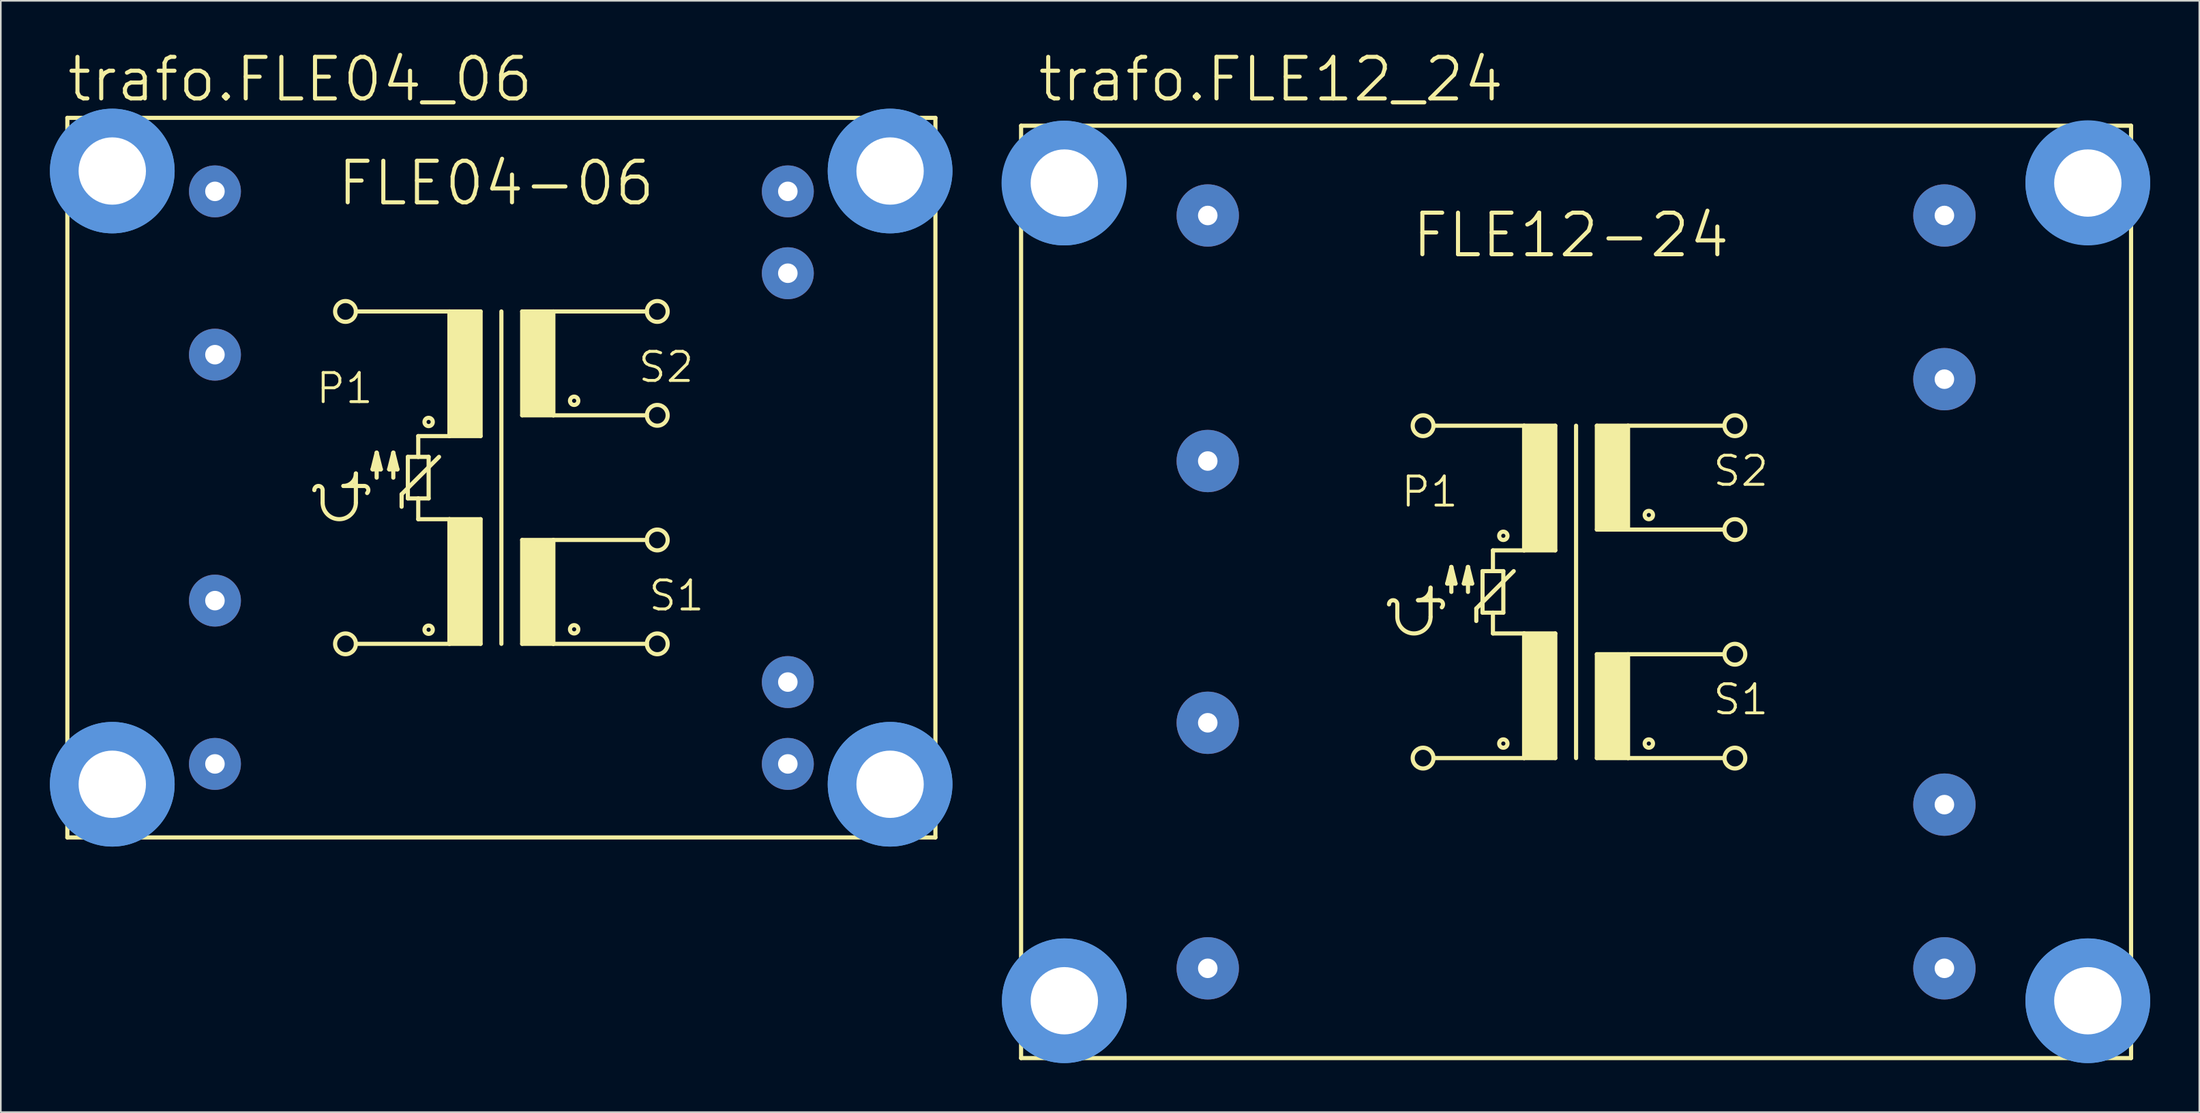
<source format=kicad_pcb>
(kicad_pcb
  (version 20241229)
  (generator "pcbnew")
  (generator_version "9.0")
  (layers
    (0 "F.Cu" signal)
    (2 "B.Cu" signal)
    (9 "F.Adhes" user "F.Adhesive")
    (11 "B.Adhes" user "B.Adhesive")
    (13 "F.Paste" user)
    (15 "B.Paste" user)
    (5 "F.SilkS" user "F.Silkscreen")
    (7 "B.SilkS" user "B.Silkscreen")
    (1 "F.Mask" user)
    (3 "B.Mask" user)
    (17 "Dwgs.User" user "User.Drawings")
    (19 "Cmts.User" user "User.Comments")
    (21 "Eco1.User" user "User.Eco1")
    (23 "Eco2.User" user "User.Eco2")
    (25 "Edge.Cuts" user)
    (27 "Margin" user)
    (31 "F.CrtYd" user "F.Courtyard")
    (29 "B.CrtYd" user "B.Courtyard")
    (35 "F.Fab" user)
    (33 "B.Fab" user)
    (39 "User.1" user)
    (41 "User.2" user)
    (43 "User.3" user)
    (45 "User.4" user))
  (footprint "trafo.FLE12_24"
    (layer "F.Cu")
    (at 93.246 33.135)
    (property "Reference" "trafo.FLE12_24" (at -33.02 -29.845 0) (layer "F.SilkS") (effects (font (size 2.54 2.54) (thickness 0.25)) (justify left bottom)))
    (attr through_hole)
    (fp_line (start -33.909 -28.499) (end -33.909 28.499) (stroke (width 0.254) (type default)) (layer "F.SilkS"))
    (fp_line (start -33.909 -28.499) (end 33.909 -28.499) (stroke (width 0.254) (type default)) (layer "F.SilkS"))
    (fp_line (start -10.922 1.524) (end -10.922 0.762) (stroke (width 0.254) (type default)) (layer "F.SilkS"))
    (fp_line (start -9.652 0.508) (end -8.382 0.508) (stroke (width 0.254) (type default)) (layer "F.SilkS"))
    (fp_line (start -8.89 1.524) (end -8.89 -0.254) (stroke (width 0.254) (type default)) (layer "F.SilkS"))
    (fp_line (start -8.636 -10.16) (end -3.175 -10.16) (stroke (width 0.254) (type default)) (layer "F.SilkS"))
    (fp_line (start -7.874 -0.508) (end -7.366 -0.508) (stroke (width 0.254) (type default)) (layer "F.SilkS"))
    (fp_line (start -7.62 -1.524) (end -7.874 -0.508) (stroke (width 0.254) (type default)) (layer "F.SilkS"))
    (fp_line (start -7.62 0) (end -7.62 -1.524) (stroke (width 0.254) (type default)) (layer "F.SilkS"))
    (fp_line (start -7.366 -0.508) (end -7.62 -1.524) (stroke (width 0.254) (type default)) (layer "F.SilkS"))
    (fp_line (start -6.858 -0.508) (end -6.35 -0.508) (stroke (width 0.254) (type default)) (layer "F.SilkS"))
    (fp_line (start -6.604 -1.524) (end -6.858 -0.508) (stroke (width 0.254) (type default)) (layer "F.SilkS"))
    (fp_line (start -6.604 0) (end -6.604 -1.524) (stroke (width 0.254) (type default)) (layer "F.SilkS"))
    (fp_line (start -6.35 -0.508) (end -6.604 -1.524) (stroke (width 0.254) (type default)) (layer "F.SilkS"))
    (fp_line (start -6.096 1.016) (end -6.096 1.778) (stroke (width 0.254) (type default)) (layer "F.SilkS"))
    (fp_line (start -5.715 -1.27) (end -5.08 -1.27) (stroke (width 0.254) (type default)) (layer "F.SilkS"))
    (fp_line (start -5.715 1.27) (end -5.715 -1.27) (stroke (width 0.254) (type default)) (layer "F.SilkS"))
    (fp_line (start -5.08 -1.27) (end -5.08 -2.54) (stroke (width 0.254) (type default)) (layer "F.SilkS"))
    (fp_line (start -5.08 -1.27) (end -4.445 -1.27) (stroke (width 0.254) (type default)) (layer "F.SilkS"))
    (fp_line (start -5.08 1.27) (end -5.715 1.27) (stroke (width 0.254) (type default)) (layer "F.SilkS"))
    (fp_line (start -5.08 2.54) (end -5.08 1.27) (stroke (width 0.254) (type default)) (layer "F.SilkS"))
    (fp_line (start -5.08 2.54) (end -3.175 2.54) (stroke (width 0.254) (type default)) (layer "F.SilkS"))
    (fp_line (start -4.445 -1.27) (end -4.445 1.27) (stroke (width 0.254) (type default)) (layer "F.SilkS"))
    (fp_line (start -4.445 1.27) (end -5.08 1.27) (stroke (width 0.254) (type default)) (layer "F.SilkS"))
    (fp_line (start -3.81 -1.27) (end -6.096 1.016) (stroke (width 0.254) (type default)) (layer "F.SilkS"))
    (fp_line (start -3.175 -10.16) (end -3.175 -2.54) (stroke (width 0.254) (type default)) (layer "F.SilkS"))
    (fp_line (start -3.175 -10.16) (end -1.27 -10.16) (stroke (width 0.254) (type default)) (layer "F.SilkS"))
    (fp_line (start -3.175 -2.54) (end -5.08 -2.54) (stroke (width 0.254) (type default)) (layer "F.SilkS"))
    (fp_line (start -3.175 2.54) (end -3.175 10.16) (stroke (width 0.254) (type default)) (layer "F.SilkS"))
    (fp_line (start -3.175 2.54) (end -1.27 2.54) (stroke (width 0.254) (type default)) (layer "F.SilkS"))
    (fp_line (start -3.175 10.16) (end -8.636 10.16) (stroke (width 0.254) (type default)) (layer "F.SilkS"))
    (fp_line (start -1.27 -10.16) (end -1.27 -2.54) (stroke (width 0.254) (type default)) (layer "F.SilkS"))
    (fp_line (start -1.27 -2.54) (end -3.175 -2.54) (stroke (width 0.254) (type default)) (layer "F.SilkS"))
    (fp_line (start -1.27 2.54) (end -1.27 10.16) (stroke (width 0.254) (type default)) (layer "F.SilkS"))
    (fp_line (start -1.27 10.16) (end -3.175 10.16) (stroke (width 0.254) (type default)) (layer "F.SilkS"))
    (fp_line (start 0 -10.16) (end 0 10.16) (stroke (width 0.254) (type default)) (layer "F.SilkS"))
    (fp_line (start 1.27 -10.16) (end 1.27 -3.81) (stroke (width 0.254) (type default)) (layer "F.SilkS"))
    (fp_line (start 1.27 -10.16) (end 3.175 -10.16) (stroke (width 0.254) (type default)) (layer "F.SilkS"))
    (fp_line (start 1.27 -3.81) (end 3.175 -3.81) (stroke (width 0.254) (type default)) (layer "F.SilkS"))
    (fp_line (start 1.27 3.81) (end 1.27 10.16) (stroke (width 0.254) (type default)) (layer "F.SilkS"))
    (fp_line (start 1.27 3.81) (end 3.175 3.81) (stroke (width 0.254) (type default)) (layer "F.SilkS"))
    (fp_line (start 1.27 10.16) (end 3.175 10.16) (stroke (width 0.254) (type default)) (layer "F.SilkS"))
    (fp_line (start 3.175 -10.16) (end 9.017 -10.16) (stroke (width 0.254) (type default)) (layer "F.SilkS"))
    (fp_line (start 3.175 -3.81) (end 3.175 -10.16) (stroke (width 0.254) (type default)) (layer "F.SilkS"))
    (fp_line (start 3.175 -3.81) (end 9.017 -3.81) (stroke (width 0.254) (type default)) (layer "F.SilkS"))
    (fp_line (start 3.175 3.81) (end 9.017 3.81) (stroke (width 0.254) (type default)) (layer "F.SilkS"))
    (fp_line (start 3.175 10.16) (end 3.175 3.81) (stroke (width 0.254) (type default)) (layer "F.SilkS"))
    (fp_line (start 3.175 10.16) (end 9.017 10.16) (stroke (width 0.254) (type default)) (layer "F.SilkS"))
    (fp_line (start 33.909 28.499) (end -33.909 28.499) (stroke (width 0.254) (type default)) (layer "F.SilkS"))
    (fp_line (start 33.909 28.499) (end 33.909 -28.499) (stroke (width 0.254) (type default)) (layer "F.SilkS"))
    (fp_rect (start -3.175 -2.54) (end -1.27 -10.16) (stroke (width 0.05) (type default)) (fill yes) (layer "F.SilkS"))
    (fp_rect (start -3.175 10.16) (end -1.27 2.54) (stroke (width 0.05) (type default)) (fill yes) (layer "F.SilkS"))
    (fp_rect (start 1.27 -3.81) (end 3.175 -10.16) (stroke (width 0.05) (type default)) (fill yes) (layer "F.SilkS"))
    (fp_rect (start 1.27 10.16) (end 3.175 3.81) (stroke (width 0.05) (type default)) (fill yes) (layer "F.SilkS"))
    (fp_arc (start -11.43 0.762) (mid -11.176 0.508) (end -10.922 0.762) (stroke (width 0.254) (type default)) (layer "F.SilkS"))
    (fp_arc (start -8.89 -0.254) (mid -9.113185 0.284815) (end -9.652 0.508) (stroke (width 0.254) (type default)) (layer "F.SilkS"))
    (fp_arc (start -8.89 1.524) (mid -9.906 2.54) (end -10.922 1.524) (stroke (width 0.254) (type default)) (layer "F.SilkS"))
    (fp_arc (start -8.382 0.508) (mid -8.147403 0.664773) (end -8.2025 0.9415) (stroke (width 0.254) (type default)) (layer "F.SilkS"))
    (fp_circle (center -9.347 -10.16) (end -8.712 -10.16) (stroke (width 0.254) (type default)) (fill no) (layer "F.SilkS"))
    (fp_circle (center -9.347 10.16) (end -8.712 10.16) (stroke (width 0.254) (type default)) (fill no) (layer "F.SilkS"))
    (fp_circle (center -4.445 -3.429) (end -4.191 -3.429) (stroke (width 0.254) (type default)) (fill no) (layer "F.SilkS"))
    (fp_circle (center -4.445 9.271) (end -4.191 9.271) (stroke (width 0.254) (type default)) (fill no) (layer "F.SilkS"))
    (fp_circle (center 4.445 -4.699) (end 4.699 -4.699) (stroke (width 0.254) (type default)) (fill no) (layer "F.SilkS"))
    (fp_circle (center 4.445 9.271) (end 4.699 9.271) (stroke (width 0.254) (type default)) (fill no) (layer "F.SilkS"))
    (fp_circle (center 9.703 -10.16) (end 10.338 -10.16) (stroke (width 0.254) (type default)) (fill no) (layer "F.SilkS"))
    (fp_circle (center 9.703 -3.81) (end 10.338 -3.81) (stroke (width 0.254) (type default)) (fill no) (layer "F.SilkS"))
    (fp_circle (center 9.703 3.81) (end 10.338 3.81) (stroke (width 0.254) (type default)) (fill no) (layer "F.SilkS"))
    (fp_circle (center 9.703 10.16) (end 10.338 10.16) (stroke (width 0.254) (type default)) (fill no) (layer "F.SilkS"))
    (fp_circle (center -31.293 -24.994) (end -28.372 -24.994) (stroke (width 1.778) (type default)) (fill no) (layer "Cmts.User"))
    (fp_circle (center -31.267 -24.994) (end -28.346 -24.994) (stroke (width 1.778) (type default)) (fill no) (layer "Cmts.User"))
    (fp_circle (center -31.267 24.994) (end -28.346 24.994) (stroke (width 1.778) (type default)) (fill no) (layer "Cmts.User"))
    (fp_circle (center -31.267 24.994) (end -28.346 24.994) (stroke (width 1.778) (type default)) (fill no) (layer "Cmts.User"))
    (fp_circle (center 31.267 -25.019) (end 34.188 -25.019) (stroke (width 1.778) (type default)) (fill no) (layer "Cmts.User"))
    (fp_circle (center 31.267 -24.994) (end 34.188 -24.994) (stroke (width 1.778) (type default)) (fill no) (layer "Cmts.User"))
    (fp_circle (center 31.267 24.994) (end 34.188 24.994) (stroke (width 1.778) (type default)) (fill no) (layer "Cmts.User"))
    (fp_circle (center 31.267 24.994) (end 34.188 24.994) (stroke (width 1.778) (type default)) (fill no) (layer "Cmts.User"))
    (fp_text user "FLE12-24" (at -10.16 -20.32 0) (layer "F.SilkS") (effects (font (size 2.54 2.54) (thickness 0.25)) (justify left bottom)))
    (fp_text user "P1" (at -10.795 -5.08 0) (layer "F.SilkS") (effects (font (size 1.778 1.778) (thickness 0.18)) (justify left bottom)))
    (fp_text user "S1" (at 8.255 7.62 0) (layer "F.SilkS") (effects (font (size 1.778 1.778) (thickness 0.18)) (justify left bottom)))
    (fp_text user "S2" (at 8.255 -6.35 0) (layer "F.SilkS") (effects (font (size 1.778 1.778) (thickness 0.18)) (justify left bottom)))
    (pad "" np_thru_hole circle (at -31.267 -24.994) (size 4.115 4.115) (drill 4.115) (layers "*.Cu" "*.Mask"))
    (pad "" np_thru_hole circle (at -31.267 24.994) (size 4.115 4.115) (drill 4.115) (layers "*.Cu" "*.Mask"))
    (pad "" np_thru_hole circle (at 31.267 -24.994) (size 4.115 4.115) (drill 4.115) (layers "*.Cu" "*.Mask"))
    (pad "" np_thru_hole circle (at 31.267 24.994) (size 4.115 4.115) (drill 4.115) (layers "*.Cu" "*.Mask"))
    (pad "1" thru_hole circle (at -22.504 -23.012) (size 3.81 3.81) (drill 1.194) (layers "*.Cu" "*.Mask"))
    (pad "2" thru_hole circle (at -22.504 -8.001) (size 3.81 3.81) (drill 1.194) (layers "*.Cu" "*.Mask"))
    (pad "3" thru_hole circle (at -22.504 8.001) (size 3.81 3.81) (drill 1.194) (layers "*.Cu" "*.Mask"))
    (pad "4" thru_hole circle (at -22.504 23.012) (size 3.81 3.81) (drill 1.194) (layers "*.Cu" "*.Mask"))
    (pad "5" thru_hole circle (at 22.504 23.012) (size 3.81 3.81) (drill 1.194) (layers "*.Cu" "*.Mask"))
    (pad "6" thru_hole circle (at 22.504 13.005) (size 3.81 3.81) (drill 1.194) (layers "*.Cu" "*.Mask"))
    (pad "7" thru_hole circle (at 22.504 -13.005) (size 3.81 3.81) (drill 1.194) (layers "*.Cu" "*.Mask"))
    (pad "8" thru_hole circle (at 22.504 -23.012) (size 3.81 3.81) (drill 1.194) (layers "*.Cu" "*.Mask")))
  (footprint "trafo.FLE04_06"
    (layer "F.Cu")
    (at 27.584 26.15)
    (property "Reference" "trafo.FLE04_06" (at -26.67 -22.86 0) (layer "F.SilkS") (effects (font (size 2.54 2.54) (thickness 0.25)) (justify left bottom)))
    (attr through_hole)
    (fp_line (start -26.518 21.996) (end -26.518 -21.996) (stroke (width 0.254) (type default)) (layer "F.SilkS"))
    (fp_line (start -26.518 21.996) (end 26.518 21.996) (stroke (width 0.254) (type default)) (layer "F.SilkS"))
    (fp_line (start -10.922 1.524) (end -10.922 0.762) (stroke (width 0.254) (type default)) (layer "F.SilkS"))
    (fp_line (start -9.652 0.508) (end -8.382 0.508) (stroke (width 0.254) (type default)) (layer "F.SilkS"))
    (fp_line (start -8.89 -10.16) (end -3.175 -10.16) (stroke (width 0.254) (type default)) (layer "F.SilkS"))
    (fp_line (start -8.89 1.524) (end -8.89 -0.254) (stroke (width 0.254) (type default)) (layer "F.SilkS"))
    (fp_line (start -7.874 -0.508) (end -7.366 -0.508) (stroke (width 0.254) (type default)) (layer "F.SilkS"))
    (fp_line (start -7.62 -1.524) (end -7.874 -0.508) (stroke (width 0.254) (type default)) (layer "F.SilkS"))
    (fp_line (start -7.62 0) (end -7.62 -1.524) (stroke (width 0.254) (type default)) (layer "F.SilkS"))
    (fp_line (start -7.366 -0.508) (end -7.62 -1.524) (stroke (width 0.254) (type default)) (layer "F.SilkS"))
    (fp_line (start -6.858 -0.508) (end -6.35 -0.508) (stroke (width 0.254) (type default)) (layer "F.SilkS"))
    (fp_line (start -6.604 -1.524) (end -6.858 -0.508) (stroke (width 0.254) (type default)) (layer "F.SilkS"))
    (fp_line (start -6.604 0) (end -6.604 -1.524) (stroke (width 0.254) (type default)) (layer "F.SilkS"))
    (fp_line (start -6.35 -0.508) (end -6.604 -1.524) (stroke (width 0.254) (type default)) (layer "F.SilkS"))
    (fp_line (start -6.096 1.016) (end -6.096 1.778) (stroke (width 0.254) (type default)) (layer "F.SilkS"))
    (fp_line (start -5.715 -1.27) (end -5.08 -1.27) (stroke (width 0.254) (type default)) (layer "F.SilkS"))
    (fp_line (start -5.715 1.27) (end -5.715 -1.27) (stroke (width 0.254) (type default)) (layer "F.SilkS"))
    (fp_line (start -5.08 -1.27) (end -5.08 -2.54) (stroke (width 0.254) (type default)) (layer "F.SilkS"))
    (fp_line (start -5.08 -1.27) (end -4.445 -1.27) (stroke (width 0.254) (type default)) (layer "F.SilkS"))
    (fp_line (start -5.08 1.27) (end -5.715 1.27) (stroke (width 0.254) (type default)) (layer "F.SilkS"))
    (fp_line (start -5.08 2.54) (end -5.08 1.27) (stroke (width 0.254) (type default)) (layer "F.SilkS"))
    (fp_line (start -5.08 2.54) (end -3.175 2.54) (stroke (width 0.254) (type default)) (layer "F.SilkS"))
    (fp_line (start -4.445 -1.27) (end -4.445 1.27) (stroke (width 0.254) (type default)) (layer "F.SilkS"))
    (fp_line (start -4.445 1.27) (end -5.08 1.27) (stroke (width 0.254) (type default)) (layer "F.SilkS"))
    (fp_line (start -3.81 -1.27) (end -6.096 1.016) (stroke (width 0.254) (type default)) (layer "F.SilkS"))
    (fp_line (start -3.175 -10.16) (end -3.175 -2.54) (stroke (width 0.254) (type default)) (layer "F.SilkS"))
    (fp_line (start -3.175 -10.16) (end -1.27 -10.16) (stroke (width 0.254) (type default)) (layer "F.SilkS"))
    (fp_line (start -3.175 -2.54) (end -5.08 -2.54) (stroke (width 0.254) (type default)) (layer "F.SilkS"))
    (fp_line (start -3.175 2.54) (end -3.175 10.16) (stroke (width 0.254) (type default)) (layer "F.SilkS"))
    (fp_line (start -3.175 2.54) (end -1.27 2.54) (stroke (width 0.254) (type default)) (layer "F.SilkS"))
    (fp_line (start -3.175 10.16) (end -8.89 10.16) (stroke (width 0.254) (type default)) (layer "F.SilkS"))
    (fp_line (start -1.27 -10.16) (end -1.27 -2.54) (stroke (width 0.254) (type default)) (layer "F.SilkS"))
    (fp_line (start -1.27 -2.54) (end -3.175 -2.54) (stroke (width 0.254) (type default)) (layer "F.SilkS"))
    (fp_line (start -1.27 2.54) (end -1.27 10.16) (stroke (width 0.254) (type default)) (layer "F.SilkS"))
    (fp_line (start -1.27 10.16) (end -3.175 10.16) (stroke (width 0.254) (type default)) (layer "F.SilkS"))
    (fp_line (start 0 -10.16) (end 0 10.16) (stroke (width 0.254) (type default)) (layer "F.SilkS"))
    (fp_line (start 1.27 -10.16) (end 1.27 -3.81) (stroke (width 0.254) (type default)) (layer "F.SilkS"))
    (fp_line (start 1.27 -10.16) (end 3.175 -10.16) (stroke (width 0.254) (type default)) (layer "F.SilkS"))
    (fp_line (start 1.27 -3.81) (end 3.175 -3.81) (stroke (width 0.254) (type default)) (layer "F.SilkS"))
    (fp_line (start 1.27 3.81) (end 1.27 10.16) (stroke (width 0.254) (type default)) (layer "F.SilkS"))
    (fp_line (start 1.27 3.81) (end 3.175 3.81) (stroke (width 0.254) (type default)) (layer "F.SilkS"))
    (fp_line (start 1.27 10.16) (end 3.175 10.16) (stroke (width 0.254) (type default)) (layer "F.SilkS"))
    (fp_line (start 3.175 -10.16) (end 8.89 -10.16) (stroke (width 0.254) (type default)) (layer "F.SilkS"))
    (fp_line (start 3.175 -3.81) (end 3.175 -10.16) (stroke (width 0.254) (type default)) (layer "F.SilkS"))
    (fp_line (start 3.175 -3.81) (end 8.89 -3.81) (stroke (width 0.254) (type default)) (layer "F.SilkS"))
    (fp_line (start 3.175 3.81) (end 8.89 3.81) (stroke (width 0.254) (type default)) (layer "F.SilkS"))
    (fp_line (start 3.175 10.16) (end 3.175 3.81) (stroke (width 0.254) (type default)) (layer "F.SilkS"))
    (fp_line (start 3.175 10.16) (end 8.89 10.16) (stroke (width 0.254) (type default)) (layer "F.SilkS"))
    (fp_line (start 26.518 -21.996) (end -26.518 -21.996) (stroke (width 0.254) (type default)) (layer "F.SilkS"))
    (fp_line (start 26.518 -21.996) (end 26.518 21.996) (stroke (width 0.254) (type default)) (layer "F.SilkS"))
    (fp_rect (start -3.175 -2.54) (end -1.27 -10.16) (stroke (width 0.05) (type default)) (fill yes) (layer "F.SilkS"))
    (fp_rect (start -3.175 10.16) (end -1.27 2.54) (stroke (width 0.05) (type default)) (fill yes) (layer "F.SilkS"))
    (fp_rect (start 1.27 -3.81) (end 3.175 -10.16) (stroke (width 0.05) (type default)) (fill yes) (layer "F.SilkS"))
    (fp_rect (start 1.27 10.16) (end 3.175 3.81) (stroke (width 0.05) (type default)) (fill yes) (layer "F.SilkS"))
    (fp_arc (start -11.43 0.762) (mid -11.176 0.508) (end -10.922 0.762) (stroke (width 0.254) (type default)) (layer "F.SilkS"))
    (fp_arc (start -8.89 -0.254) (mid -9.113185 0.284815) (end -9.652 0.508) (stroke (width 0.254) (type default)) (layer "F.SilkS"))
    (fp_arc (start -8.89 1.524) (mid -9.906 2.54) (end -10.922 1.524) (stroke (width 0.254) (type default)) (layer "F.SilkS"))
    (fp_arc (start -8.382 0.508) (mid -8.147403 0.664773) (end -8.2025 0.9415) (stroke (width 0.254) (type default)) (layer "F.SilkS"))
    (fp_circle (center -9.525 -10.16) (end -8.89 -10.16) (stroke (width 0.254) (type default)) (fill no) (layer "F.SilkS"))
    (fp_circle (center -9.525 10.16) (end -8.89 10.16) (stroke (width 0.254) (type default)) (fill no) (layer "F.SilkS"))
    (fp_circle (center -4.445 -3.404) (end -4.191 -3.404) (stroke (width 0.254) (type default)) (fill no) (layer "F.SilkS"))
    (fp_circle (center -4.445 9.296) (end -4.191 9.296) (stroke (width 0.254) (type default)) (fill no) (layer "F.SilkS"))
    (fp_circle (center 4.445 -4.699) (end 4.699 -4.699) (stroke (width 0.254) (type default)) (fill no) (layer "F.SilkS"))
    (fp_circle (center 4.445 9.271) (end 4.699 9.271) (stroke (width 0.254) (type default)) (fill no) (layer "F.SilkS"))
    (fp_circle (center 9.525 -10.16) (end 10.16 -10.16) (stroke (width 0.254) (type default)) (fill no) (layer "F.SilkS"))
    (fp_circle (center 9.525 -3.81) (end 10.16 -3.81) (stroke (width 0.254) (type default)) (fill no) (layer "F.SilkS"))
    (fp_circle (center 9.525 3.81) (end 10.16 3.81) (stroke (width 0.254) (type default)) (fill no) (layer "F.SilkS"))
    (fp_circle (center 9.525 10.16) (end 10.16 10.16) (stroke (width 0.254) (type default)) (fill no) (layer "F.SilkS"))
    (fp_circle (center -23.774 -18.745) (end -20.853 -18.745) (stroke (width 1.778) (type default)) (fill no) (layer "Cmts.User"))
    (fp_circle (center -23.774 -18.745) (end -20.853 -18.745) (stroke (width 1.778) (type default)) (fill no) (layer "Cmts.User"))
    (fp_circle (center -23.774 18.745) (end -20.853 18.745) (stroke (width 1.778) (type default)) (fill no) (layer "Cmts.User"))
    (fp_circle (center -23.774 18.745) (end -20.853 18.745) (stroke (width 1.778) (type default)) (fill no) (layer "Cmts.User"))
    (fp_circle (center 23.749 -18.745) (end 26.67 -18.745) (stroke (width 1.778) (type default)) (fill no) (layer "Cmts.User"))
    (fp_circle (center 23.749 -18.745) (end 26.67 -18.745) (stroke (width 1.778) (type default)) (fill no) (layer "Cmts.User"))
    (fp_circle (center 23.749 18.745) (end 26.67 18.745) (stroke (width 1.778) (type default)) (fill no) (layer "Cmts.User"))
    (fp_circle (center 23.749 18.745) (end 26.67 18.745) (stroke (width 1.778) (type default)) (fill no) (layer "Cmts.User"))
    (fp_text user "FLE04-06" (at -10.16 -16.51 0) (layer "F.SilkS") (effects (font (size 2.54 2.54) (thickness 0.25)) (justify left bottom)))
    (fp_text user "S1" (at 8.89 8.255 0) (layer "F.SilkS") (effects (font (size 1.778 1.778) (thickness 0.18)) (justify left bottom)))
    (fp_text user "P1" (at -11.43 -4.42 0) (layer "F.SilkS") (effects (font (size 1.778 1.778) (thickness 0.18)) (justify left bottom)))
    (fp_text user "S2" (at 8.255 -5.715 0) (layer "F.SilkS") (effects (font (size 1.778 1.778) (thickness 0.18)) (justify left bottom)))
    (pad "" np_thru_hole circle (at -23.774 -18.745) (size 4.115 4.115) (drill 4.115) (layers "*.Cu" "*.Mask"))
    (pad "" np_thru_hole circle (at -23.774 18.745) (size 4.115 4.115) (drill 4.115) (layers "*.Cu" "*.Mask"))
    (pad "" np_thru_hole circle (at 23.749 -18.745) (size 4.115 4.115) (drill 4.115) (layers "*.Cu" "*.Mask"))
    (pad "" np_thru_hole circle (at 23.749 18.745) (size 4.115 4.115) (drill 4.115) (layers "*.Cu" "*.Mask"))
    (pad "1" thru_hole circle (at -17.501 -17.501) (size 3.175 3.175) (drill 1.194) (layers "*.Cu" "*.Mask"))
    (pad "2" thru_hole circle (at -17.501 -7.518) (size 3.175 3.175) (drill 1.194) (layers "*.Cu" "*.Mask"))
    (pad "3" thru_hole circle (at -17.501 7.518) (size 3.175 3.175) (drill 1.194) (layers "*.Cu" "*.Mask"))
    (pad "4" thru_hole circle (at -17.501 17.501) (size 3.175 3.175) (drill 1.194) (layers "*.Cu" "*.Mask"))
    (pad "5" thru_hole circle (at 17.501 17.501) (size 3.175 3.175) (drill 1.194) (layers "*.Cu" "*.Mask"))
    (pad "6" thru_hole circle (at 17.501 12.497) (size 3.175 3.175) (drill 1.194) (layers "*.Cu" "*.Mask"))
    (pad "7" thru_hole circle (at 17.501 -12.497) (size 3.175 3.175) (drill 1.194) (layers "*.Cu" "*.Mask"))
    (pad "8" thru_hole circle (at 17.501 -17.501) (size 3.175 3.175) (drill 1.194) (layers "*.Cu" "*.Mask")))
  (gr_rect
    (start -3 -3)
    (end 131.324 64.939)
    (stroke (width 0.1) (type default))
    (fill no)
    (layer "Edge.Cuts")))
</source>
